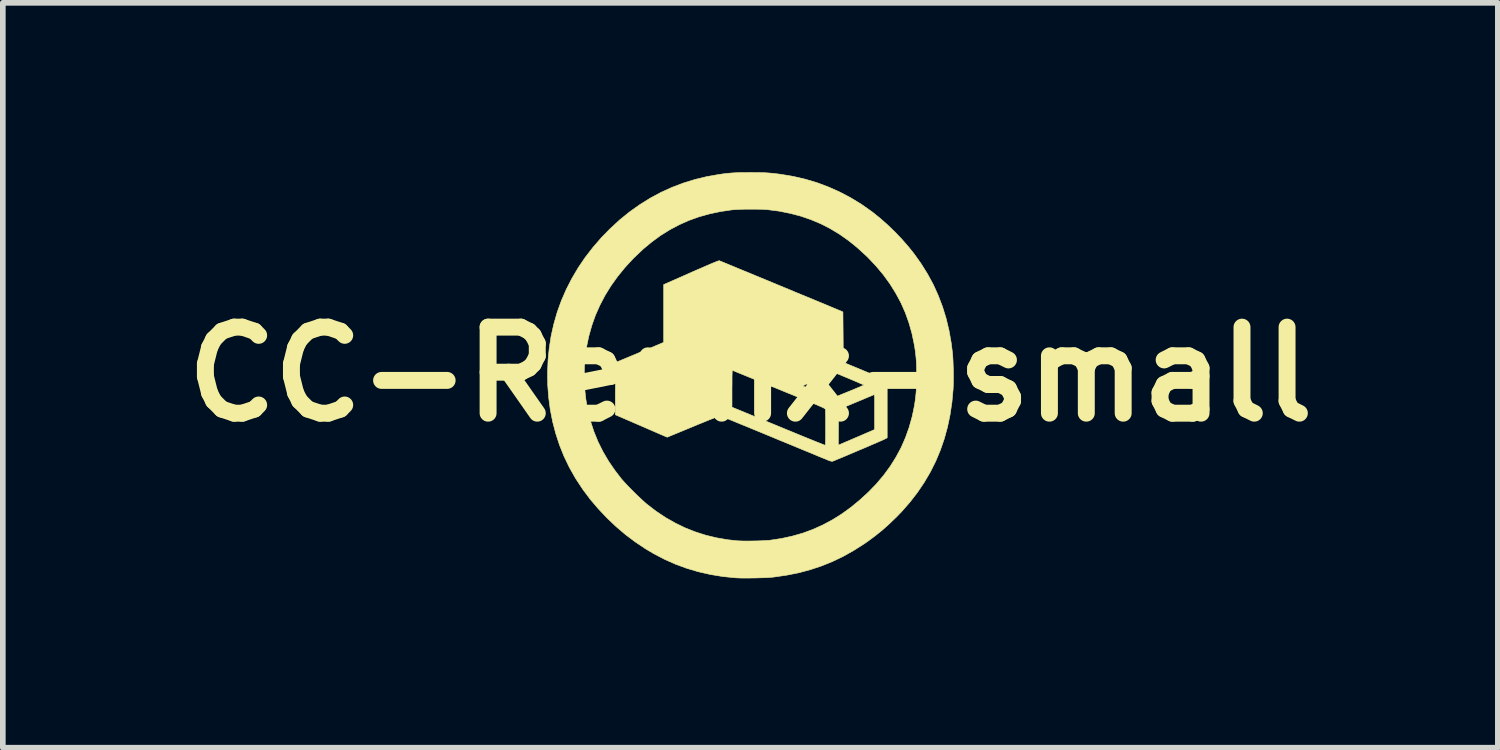
<source format=kicad_pcb>
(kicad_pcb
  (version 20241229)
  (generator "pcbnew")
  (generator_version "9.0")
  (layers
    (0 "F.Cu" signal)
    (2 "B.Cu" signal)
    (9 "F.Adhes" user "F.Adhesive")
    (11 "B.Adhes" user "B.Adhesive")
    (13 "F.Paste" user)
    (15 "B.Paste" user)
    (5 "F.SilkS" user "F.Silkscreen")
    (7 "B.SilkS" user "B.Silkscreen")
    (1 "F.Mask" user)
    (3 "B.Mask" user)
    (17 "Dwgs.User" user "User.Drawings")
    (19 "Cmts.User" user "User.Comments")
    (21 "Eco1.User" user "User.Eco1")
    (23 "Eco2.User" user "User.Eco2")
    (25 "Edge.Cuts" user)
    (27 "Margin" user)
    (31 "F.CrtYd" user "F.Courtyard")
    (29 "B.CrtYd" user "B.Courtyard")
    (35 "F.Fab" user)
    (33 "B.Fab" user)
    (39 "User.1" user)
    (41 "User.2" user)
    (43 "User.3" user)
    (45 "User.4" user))
  (footprint "CC-Remix-small"
    (layer "F.Cu")
    (at 10.24 3.579)
    (property "Reference" "CC-Remix-small" (at 0 0 0) (layer "F.SilkS") (effects (font (size 1.524 1.524) (thickness 0.3))))
    (attr through_hole)
    (fp_poly (pts (xy 0.082 -3.573) (xy 0.154 -3.573) (xy 0.216 -3.571) (xy 0.272 -3.569) (xy 0.325 -3.565) (xy 0.377 -3.561) (xy 0.431 -3.555) (xy 0.49 -3.548) (xy 0.543 -3.541) (xy 0.763 -3.504) (xy 0.978 -3.454) (xy 1.188 -3.391) (xy 1.392 -3.314) (xy 1.59 -3.225) (xy 1.783 -3.123) (xy 1.97 -3.009) (xy 2.151 -2.881) (xy 2.162 -2.873) (xy 2.295 -2.766) (xy 2.428 -2.649) (xy 2.559 -2.523) (xy 2.684 -2.392) (xy 2.801 -2.258) (xy 2.897 -2.138) (xy 3.024 -1.96) (xy 3.138 -1.778) (xy 3.24 -1.59) (xy 3.328 -1.396) (xy 3.404 -1.196) (xy 3.468 -0.989) (xy 3.519 -0.776) (xy 3.558 -0.556) (xy 3.581 -0.374) (xy 3.586 -0.312) (xy 3.59 -0.24) (xy 3.593 -0.16) (xy 3.596 -0.075) (xy 3.597 0.01) (xy 3.597 0.093) (xy 3.596 0.171) (xy 3.593 0.239) (xy 3.592 0.265) (xy 3.571 0.494) (xy 3.538 0.717) (xy 3.493 0.932) (xy 3.436 1.141) (xy 3.366 1.344) (xy 3.284 1.54) (xy 3.189 1.73) (xy 3.081 1.914) (xy 2.961 2.092) (xy 2.828 2.264) (xy 2.682 2.431) (xy 2.583 2.533) (xy 2.458 2.653) (xy 2.335 2.763) (xy 2.209 2.864) (xy 2.078 2.961) (xy 2.014 3.005) (xy 1.83 3.122) (xy 1.644 3.226) (xy 1.455 3.317) (xy 1.262 3.395) (xy 1.063 3.461) (xy 0.859 3.516) (xy 0.648 3.558) (xy 0.429 3.59) (xy 0.385 3.595) (xy 0.344 3.598) (xy 0.292 3.602) (xy 0.231 3.604) (xy 0.164 3.606) (xy 0.093 3.608) (xy 0.02 3.609) (xy -0.05 3.61) (xy -0.117 3.61) (xy -0.178 3.609) (xy -0.229 3.607) (xy -0.268 3.605) (xy -0.492 3.582) (xy -0.71 3.546) (xy -0.921 3.498) (xy -1.126 3.437) (xy -1.326 3.364) (xy -1.521 3.277) (xy -1.711 3.178) (xy -1.854 3.093) (xy -2.035 2.972) (xy -2.211 2.84) (xy -2.38 2.696) (xy -2.541 2.543) (xy -2.693 2.382) (xy -2.836 2.214) (xy -2.967 2.039) (xy -3.085 1.86) (xy -3.101 1.834) (xy -3.206 1.648) (xy -3.299 1.455) (xy -3.379 1.256) (xy -3.446 1.051) (xy -3.501 0.842) (xy -3.543 0.628) (xy -3.572 0.41) (xy -3.589 0.189) (xy -3.591 0.036) (xy -2.941 0.036) (xy -2.938 0.162) (xy -2.93 0.287) (xy -2.918 0.406) (xy -2.913 0.444) (xy -2.879 0.638) (xy -2.832 0.828) (xy -2.772 1.012) (xy -2.699 1.192) (xy -2.612 1.367) (xy -2.512 1.538) (xy -2.398 1.704) (xy -2.281 1.856) (xy -2.248 1.893) (xy -2.207 1.938) (xy -2.16 1.988) (xy -2.108 2.041) (xy -2.054 2.095) (xy -2 2.148) (xy -1.947 2.198) (xy -1.898 2.243) (xy -1.856 2.281) (xy -1.83 2.303) (xy -1.667 2.428) (xy -1.5 2.539) (xy -1.329 2.636) (xy -1.154 2.721) (xy -0.974 2.792) (xy -0.789 2.851) (xy -0.598 2.897) (xy -0.401 2.931) (xy -0.24 2.949) (xy -0.201 2.951) (xy -0.15 2.953) (xy -0.091 2.954) (xy -0.026 2.954) (xy 0.042 2.953) (xy 0.111 2.952) (xy 0.178 2.95) (xy 0.239 2.947) (xy 0.294 2.944) (xy 0.338 2.941) (xy 0.353 2.939) (xy 0.551 2.909) (xy 0.743 2.867) (xy 0.929 2.814) (xy 1.109 2.748) (xy 1.284 2.669) (xy 1.454 2.578) (xy 1.62 2.474) (xy 1.783 2.356) (xy 1.942 2.225) (xy 2.091 2.088) (xy 2.233 1.942) (xy 2.361 1.79) (xy 2.477 1.632) (xy 2.58 1.468) (xy 2.671 1.299) (xy 2.748 1.123) (xy 2.813 0.94) (xy 2.866 0.752) (xy 2.888 0.649) (xy 2.905 0.563) (xy 2.918 0.483) (xy 2.928 0.404) (xy 2.936 0.325) (xy 2.941 0.242) (xy 2.944 0.152) (xy 2.945 0.052) (xy 2.945 0.011) (xy 2.945 -0.076) (xy 2.943 -0.151) (xy 2.941 -0.219) (xy 2.936 -0.282) (xy 2.93 -0.343) (xy 2.923 -0.405) (xy 2.913 -0.471) (xy 2.903 -0.529) (xy 2.863 -0.722) (xy 2.81 -0.909) (xy 2.745 -1.091) (xy 2.667 -1.267) (xy 2.575 -1.438) (xy 2.471 -1.604) (xy 2.354 -1.765) (xy 2.223 -1.921) (xy 2.08 -2.072) (xy 2.044 -2.106) (xy 1.892 -2.245) (xy 1.737 -2.37) (xy 1.579 -2.481) (xy 1.415 -2.58) (xy 1.247 -2.666) (xy 1.073 -2.739) (xy 0.893 -2.801) (xy 0.705 -2.85) (xy 0.511 -2.889) (xy 0.31 -2.915) (xy 0.265 -2.919) (xy 0.207 -2.922) (xy 0.142 -2.923) (xy 0.07 -2.924) (xy -0.004 -2.924) (xy -0.079 -2.924) (xy -0.151 -2.922) (xy -0.217 -2.919) (xy -0.276 -2.916) (xy -0.323 -2.912) (xy -0.328 -2.912) (xy -0.529 -2.882) (xy -0.723 -2.841) (xy -0.909 -2.789) (xy -1.088 -2.725) (xy -1.261 -2.648) (xy -1.428 -2.559) (xy -1.59 -2.458) (xy -1.747 -2.343) (xy -1.9 -2.216) (xy -2.049 -2.074) (xy -2.075 -2.049) (xy -2.22 -1.892) (xy -2.351 -1.731) (xy -2.469 -1.566) (xy -2.574 -1.396) (xy -2.665 -1.222) (xy -2.744 -1.044) (xy -2.809 -0.86) (xy -2.862 -0.671) (xy -2.902 -0.476) (xy -2.925 -0.318) (xy -2.935 -0.208) (xy -2.94 -0.089) (xy -2.941 0.036) (xy -3.591 0.036) (xy -3.592 -0.034) (xy -3.582 -0.261) (xy -3.562 -0.459) (xy -3.529 -0.675) (xy -3.481 -0.889) (xy -3.421 -1.098) (xy -3.347 -1.303) (xy -3.26 -1.503) (xy -3.16 -1.698) (xy -3.048 -1.888) (xy -2.923 -2.072) (xy -2.785 -2.25) (xy -2.636 -2.422) (xy -2.482 -2.579) (xy -2.314 -2.734) (xy -2.14 -2.875) (xy -1.96 -3.003) (xy -1.774 -3.119) (xy -1.583 -3.222) (xy -1.386 -3.311) (xy -1.183 -3.388) (xy -0.975 -3.452) (xy -0.762 -3.503) (xy -0.543 -3.541) (xy -0.54 -3.541) (xy -0.477 -3.55) (xy -0.42 -3.557) (xy -0.367 -3.562) (xy -0.315 -3.566) (xy -0.261 -3.569) (xy -0.204 -3.572) (xy -0.139 -3.573) (xy -0.065 -3.573) (xy 0 -3.574) (xy 0.082 -3.573)) (stroke (width 0.01) (type solid)) (fill yes) (layer "F.SilkS"))
    (fp_poly (pts (xy -0.548 -2.011) (xy -0.538 -2.007) (xy -0.517 -1.998) (xy -0.484 -1.985) (xy -0.441 -1.967) (xy -0.388 -1.945) (xy -0.326 -1.92) (xy -0.257 -1.891) (xy -0.18 -1.859) (xy -0.097 -1.825) (xy -0.009 -1.789) (xy 0.084 -1.75) (xy 0.181 -1.71) (xy 0.281 -1.669) (xy 0.382 -1.627) (xy 0.485 -1.584) (xy 0.589 -1.541) (xy 0.692 -1.499) (xy 0.793 -1.456) (xy 0.893 -1.415) (xy 0.99 -1.375) (xy 1.083 -1.337) (xy 1.171 -1.3) (xy 1.254 -1.266) (xy 1.331 -1.234) (xy 1.4 -1.205) (xy 1.462 -1.179) (xy 1.515 -1.157) (xy 1.558 -1.139) (xy 1.591 -1.126) (xy 1.613 -1.116) (xy 1.622 -1.112) (xy 1.623 -1.112) (xy 1.64 -1.104) (xy 1.644 -0.657) (xy 1.647 -0.211) (xy 2.004 -0.063) (xy 2.072 -0.035) (xy 2.137 -0.008) (xy 2.197 0.018) (xy 2.252 0.041) (xy 2.3 0.061) (xy 2.339 0.078) (xy 2.369 0.09) (xy 2.387 0.098) (xy 2.392 0.101) (xy 2.424 0.116) (xy 2.424 1.125) (xy 2.388 1.144) (xy 2.375 1.151) (xy 2.35 1.162) (xy 2.315 1.178) (xy 2.271 1.197) (xy 2.221 1.219) (xy 2.164 1.243) (xy 2.102 1.27) (xy 2.037 1.298) (xy 1.97 1.326) (xy 1.901 1.355) (xy 1.834 1.384) (xy 1.767 1.412) (xy 1.704 1.439) (xy 1.645 1.464) (xy 1.592 1.486) (xy 1.545 1.505) (xy 1.507 1.521) (xy 1.478 1.533) (xy 1.459 1.54) (xy 1.453 1.542) (xy 1.438 1.541) (xy 1.415 1.536) (xy 1.393 1.528) (xy 1.382 1.524) (xy 1.358 1.514) (xy 1.323 1.499) (xy 1.277 1.481) (xy 1.221 1.458) (xy 1.156 1.431) (xy 1.083 1.4) (xy 1.002 1.367) (xy 0.914 1.331) (xy 0.82 1.292) (xy 0.721 1.251) (xy 0.617 1.208) (xy 0.509 1.164) (xy 0.416 1.125) (xy 0.307 1.08) (xy 0.201 1.036) (xy 0.099 0.994) (xy 0.002 0.954) (xy -0.09 0.916) (xy -0.175 0.882) (xy -0.252 0.85) (xy -0.322 0.821) (xy -0.383 0.796) (xy -0.435 0.775) (xy -0.477 0.758) (xy -0.508 0.746) (xy -0.527 0.738) (xy -0.533 0.736) (xy -0.543 0.738) (xy -0.564 0.745) (xy -0.597 0.757) (xy -0.641 0.774) (xy -0.694 0.795) (xy -0.757 0.82) (xy -0.828 0.849) (xy -0.907 0.881) (xy -0.992 0.916) (xy -1.01 0.924) (xy -1.473 1.115) (xy -1.932 0.916) (xy -2.392 0.717) (xy -2.39 0.253) (xy -0.325 0.253) (xy -0.325 0.583) (xy 0.499 0.922) (xy 0.602 0.965) (xy 0.701 1.005) (xy 0.795 1.044) (xy 0.885 1.081) (xy 0.968 1.115) (xy 1.045 1.146) (xy 1.114 1.174) (xy 1.175 1.199) (xy 1.227 1.219) (xy 1.269 1.236) (xy 1.3 1.248) (xy 1.32 1.256) (xy 1.328 1.258) (xy 1.328 1.258) (xy 1.328 1.255) (xy 1.559 1.255) (xy 1.582 1.246) (xy 1.593 1.241) (xy 1.616 1.231) (xy 1.649 1.217) (xy 1.69 1.199) (xy 1.739 1.179) (xy 1.793 1.155) (xy 1.851 1.13) (xy 1.884 1.116) (xy 1.943 1.091) (xy 2 1.066) (xy 2.051 1.044) (xy 2.096 1.025) (xy 2.133 1.009) (xy 2.161 0.997) (xy 2.178 0.989) (xy 2.182 0.987) (xy 2.201 0.978) (xy 2.201 0.669) (xy 2.201 0.594) (xy 2.201 0.533) (xy 2.201 0.483) (xy 2.201 0.444) (xy 2.2 0.414) (xy 2.199 0.393) (xy 2.198 0.378) (xy 2.196 0.369) (xy 2.194 0.364) (xy 2.191 0.363) (xy 2.189 0.363) (xy 2.18 0.366) (xy 2.16 0.375) (xy 2.129 0.388) (xy 2.089 0.404) (xy 2.041 0.424) (xy 1.988 0.447) (xy 1.929 0.471) (xy 1.87 0.496) (xy 1.563 0.625) (xy 1.561 0.94) (xy 1.559 1.255) (xy 1.328 1.255) (xy 1.329 1.251) (xy 1.33 1.231) (xy 1.331 1.199) (xy 1.332 1.158) (xy 1.333 1.109) (xy 1.333 1.052) (xy 1.333 0.991) (xy 1.333 0.949) (xy 1.333 0.884) (xy 1.333 0.823) (xy 1.333 0.767) (xy 1.332 0.718) (xy 1.331 0.677) (xy 1.331 0.647) (xy 1.33 0.628) (xy 1.329 0.623) (xy 1.328 0.619) (xy 1.327 0.616) (xy 1.324 0.613) (xy 1.318 0.608) (xy 1.31 0.603) (xy 1.299 0.597) (xy 1.283 0.589) (xy 1.263 0.58) (xy 1.236 0.568) (xy 1.204 0.554) (xy 1.165 0.537) (xy 1.118 0.518) (xy 1.063 0.495) (xy 0.999 0.469) (xy 0.925 0.438) (xy 0.841 0.404) (xy 0.747 0.365) (xy 0.64 0.322) (xy 0.521 0.273) (xy 0.509 0.268) (xy 0.407 0.226) (xy 0.364 0.209) (xy 0.935 0.209) (xy 0.938 0.211) (xy 0.939 0.211) (xy 0.949 0.216) (xy 0.971 0.225) (xy 1.002 0.239) (xy 1.042 0.256) (xy 1.088 0.276) (xy 1.14 0.299) (xy 1.196 0.322) (xy 1.199 0.324) (xy 1.441 0.429) (xy 1.565 0.378) (xy 1.61 0.359) (xy 1.664 0.337) (xy 1.723 0.313) (xy 1.782 0.289) (xy 1.838 0.266) (xy 1.85 0.261) (xy 1.895 0.242) (xy 1.934 0.226) (xy 1.967 0.211) (xy 1.992 0.2) (xy 2.007 0.193) (xy 2.011 0.191) (xy 2.005 0.187) (xy 1.987 0.179) (xy 1.96 0.167) (xy 1.924 0.152) (xy 1.883 0.134) (xy 1.836 0.114) (xy 1.787 0.093) (xy 1.737 0.072) (xy 1.686 0.051) (xy 1.638 0.031) (xy 1.594 0.012) (xy 1.555 -0.004) (xy 1.523 -0.017) (xy 1.5 -0.026) (xy 1.488 -0.03) (xy 1.486 -0.03) (xy 1.478 -0.028) (xy 1.458 -0.02) (xy 1.429 -0.008) (xy 1.39 0.008) (xy 1.344 0.027) (xy 1.291 0.048) (xy 1.234 0.072) (xy 1.2 0.087) (xy 1.132 0.115) (xy 1.076 0.139) (xy 1.032 0.158) (xy 0.997 0.173) (xy 0.971 0.185) (xy 0.953 0.194) (xy 0.942 0.201) (xy 0.936 0.205) (xy 0.935 0.209) (xy 0.364 0.209) (xy 0.308 0.186) (xy 0.214 0.147) (xy 0.124 0.111) (xy 0.041 0.077) (xy -0.035 0.046) (xy -0.104 0.018) (xy -0.165 -0.007) (xy -0.217 -0.028) (xy -0.258 -0.045) (xy -0.289 -0.058) (xy -0.309 -0.066) (xy -0.316 -0.069) (xy -0.318 -0.067) (xy -0.32 -0.059) (xy -0.321 -0.044) (xy -0.322 -0.02) (xy -0.323 0.012) (xy -0.324 0.055) (xy -0.324 0.109) (xy -0.324 0.175) (xy -0.325 0.253) (xy -2.39 0.253) (xy -2.388 -0.208) (xy -1.961 -0.386) (xy -1.535 -0.565) (xy -1.535 -1.588) (xy -1.048 -1.803) (xy -0.953 -1.845) (xy -0.869 -1.881) (xy -0.797 -1.913) (xy -0.736 -1.939) (xy -0.685 -1.961) (xy -0.643 -1.978) (xy -0.609 -1.992) (xy -0.584 -2.001) (xy -0.566 -2.008) (xy -0.554 -2.011) (xy -0.548 -2.011) (xy -0.548 -2.011)) (stroke (width 0.01) (type solid)) (fill yes) (layer "F.SilkS")))
  (gr_rect
    (start -3 -3)
    (end 23.48 10.193)
    (stroke (width 0.1) (type default))
    (fill no)
    (layer "Edge.Cuts")))
</source>
